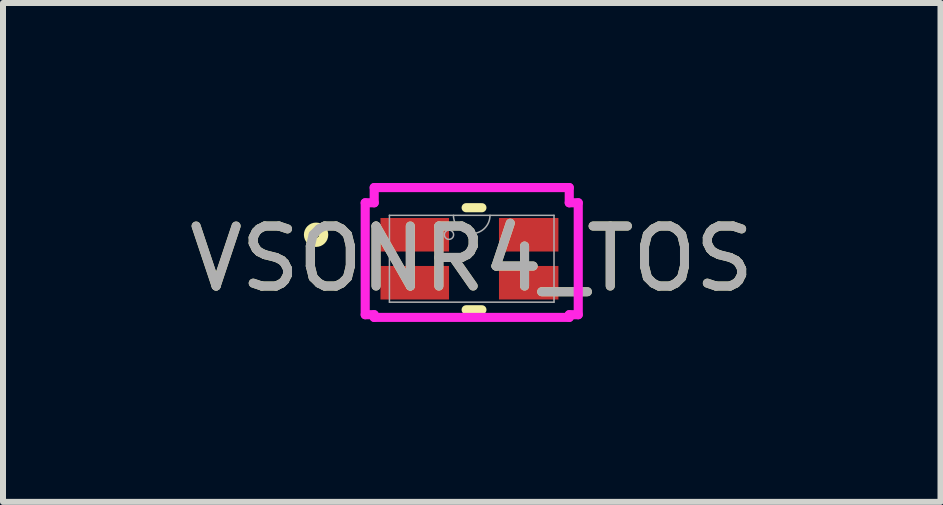
<source format=kicad_pcb>
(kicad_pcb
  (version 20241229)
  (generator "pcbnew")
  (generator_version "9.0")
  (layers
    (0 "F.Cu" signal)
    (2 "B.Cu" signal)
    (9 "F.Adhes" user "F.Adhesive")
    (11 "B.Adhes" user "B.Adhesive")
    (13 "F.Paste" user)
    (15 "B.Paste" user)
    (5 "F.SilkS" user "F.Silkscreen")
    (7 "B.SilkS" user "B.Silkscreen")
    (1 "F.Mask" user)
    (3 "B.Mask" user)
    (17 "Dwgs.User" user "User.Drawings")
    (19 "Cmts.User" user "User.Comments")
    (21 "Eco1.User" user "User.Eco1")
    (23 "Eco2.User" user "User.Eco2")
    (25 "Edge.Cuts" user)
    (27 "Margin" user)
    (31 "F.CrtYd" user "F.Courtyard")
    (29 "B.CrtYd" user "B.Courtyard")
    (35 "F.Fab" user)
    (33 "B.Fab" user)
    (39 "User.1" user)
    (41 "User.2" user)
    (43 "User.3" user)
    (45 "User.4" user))
  (footprint "VSONR4_TOS"
    (layer "F.Cu")
    (at 4.815 1.264)
    (property "Reference" "VSONR4_TOS" (at 0 0 0) (unlocked yes) (layer "F.SilkS") (effects (font (size 1 1) (thickness 0.15))))
    (attr smd)
    (fp_line (start -0.093 0.851) (end 0.17 0.851) (stroke (width 0.152) (type solid)) (layer "F.SilkS"))
    (fp_line (start 0.17 -0.851) (end -0.093 -0.851) (stroke (width 0.152) (type solid)) (layer "F.SilkS"))
    (fp_circle (center -2.595 -0.4) (end -2.468 -0.4) (stroke (width 0.152) (type solid)) (fill no) (layer "F.SilkS"))
    (fp_line (start -1.776 -0.933) (end -1.626 -0.933) (stroke (width 0.152) (type solid)) (layer "F.CrtYd"))
    (fp_line (start -1.776 0.933) (end -1.776 -0.933) (stroke (width 0.152) (type solid)) (layer "F.CrtYd"))
    (fp_line (start -1.776 0.933) (end -1.626 0.933) (stroke (width 0.152) (type solid)) (layer "F.CrtYd"))
    (fp_line (start -1.626 -1.187) (end 1.626 -1.187) (stroke (width 0.152) (type solid)) (layer "F.CrtYd"))
    (fp_line (start -1.626 -0.933) (end -1.626 -1.187) (stroke (width 0.152) (type solid)) (layer "F.CrtYd"))
    (fp_line (start -1.626 0.978) (end -1.626 0.933) (stroke (width 0.152) (type solid)) (layer "F.CrtYd"))
    (fp_line (start 1.626 -1.187) (end 1.626 -0.933) (stroke (width 0.152) (type solid)) (layer "F.CrtYd"))
    (fp_line (start 1.626 0.933) (end 1.626 0.978) (stroke (width 0.152) (type solid)) (layer "F.CrtYd"))
    (fp_line (start 1.626 0.978) (end -1.626 0.978) (stroke (width 0.152) (type solid)) (layer "F.CrtYd"))
    (fp_line (start 1.776 -0.933) (end 1.626 -0.933) (stroke (width 0.152) (type solid)) (layer "F.CrtYd"))
    (fp_line (start 1.776 -0.933) (end 1.776 0.933) (stroke (width 0.152) (type solid)) (layer "F.CrtYd"))
    (fp_line (start 1.776 0.933) (end 1.626 0.933) (stroke (width 0.152) (type solid)) (layer "F.CrtYd"))
    (fp_line (start -1.372 -0.724) (end -1.372 0.724) (stroke (width 0.025) (type solid)) (layer "F.Fab"))
    (fp_line (start -1.372 0.724) (end 1.372 0.724) (stroke (width 0.025) (type solid)) (layer "F.Fab"))
    (fp_line (start 1.372 -0.724) (end -1.372 -0.724) (stroke (width 0.025) (type solid)) (layer "F.Fab"))
    (fp_line (start 1.372 0.724) (end 1.372 -0.724) (stroke (width 0.025) (type solid)) (layer "F.Fab"))
    (fp_arc (start 0.3048 -0.7239) (mid 0 -0.4191) (end -0.3048 -0.7239) (stroke (width 0.0254) (type solid)) (layer "F.Fab"))
    (fp_circle (center -0.379 -0.4) (end -0.302 -0.4) (stroke (width 0.025) (type solid)) (fill no) (layer "F.Fab"))
    (fp_text user "${REFERENCE}" (at 0 0 0) (unlocked yes) (layer "F.Fab") (effects (font (size 1 1) (thickness 0.15))))
    (pad "1" smd rect (at -0.95 -0.4) (size 1.143 0.559) (layers "F.Cu" "F.Mask" "F.Paste"))
    (pad "2" smd rect (at -0.95 0.4) (size 1.143 0.559) (layers "F.Cu" "F.Mask" "F.Paste"))
    (pad "3" smd rect (at 0.95 0.4) (size 0.991 0.559) (layers "F.Cu" "F.Mask" "F.Paste"))
    (pad "4" smd rect (at 0.95 -0.4) (size 0.991 0.559) (layers "F.Cu" "F.Mask" "F.Paste")))
  (gr_rect
    (start -3 -3)
    (end 12.631 5.318)
    (stroke (width 0.1) (type default))
    (fill no)
    (layer "Edge.Cuts")))
</source>
